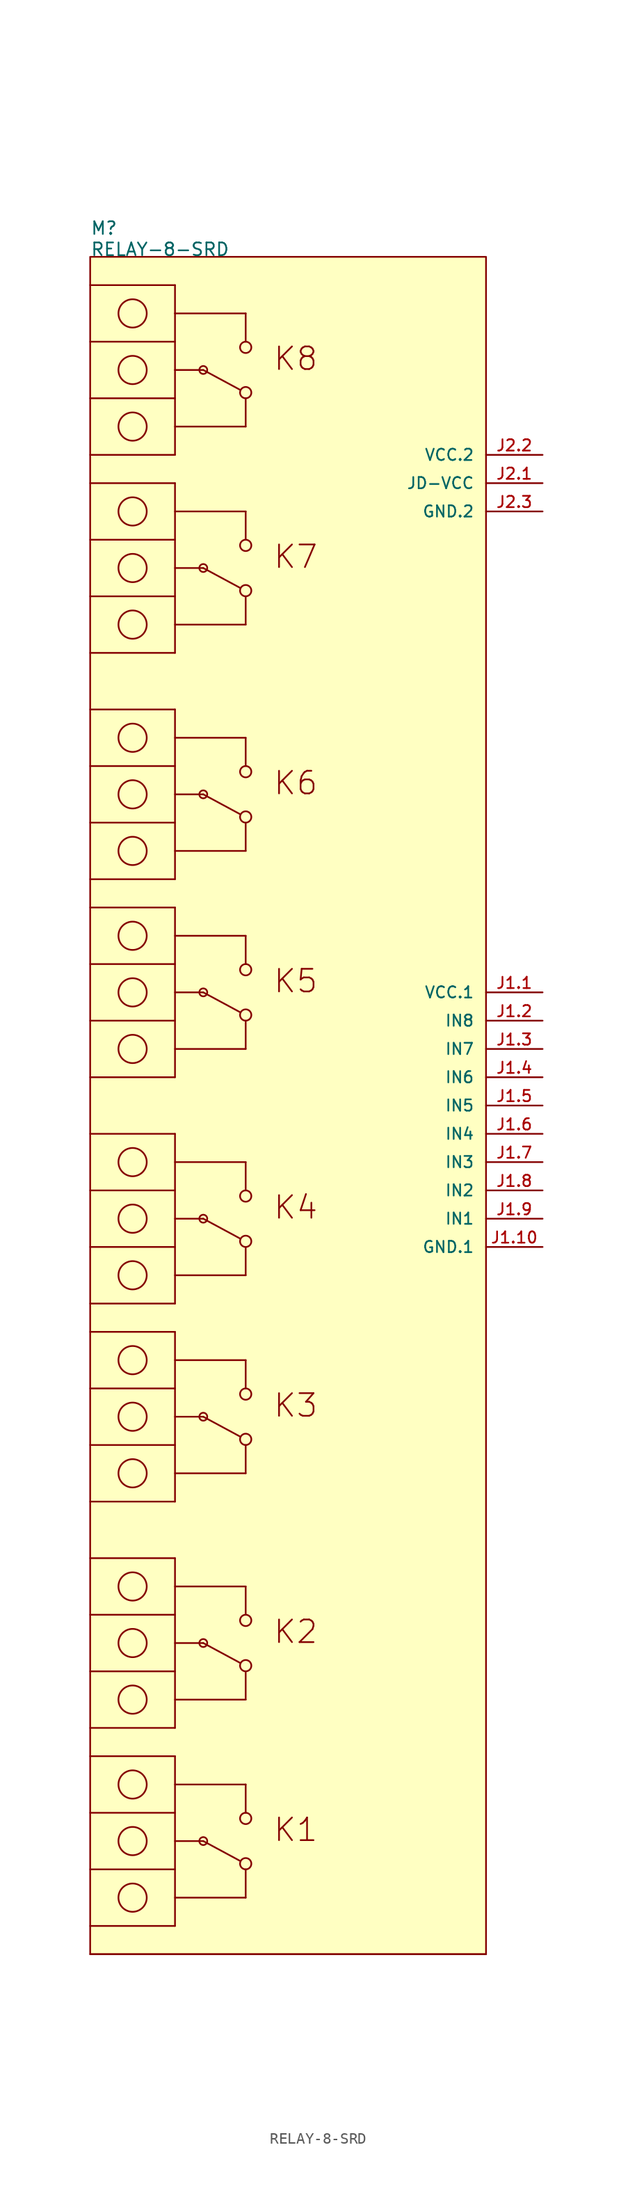
<source format=kicad_sym>
(kicad_symbol_lib
  (version 20231120)
  (generator "kicad_symbol_editor")
  (generator_version "8.0")
  (symbol "RELAY-8-SRD"
    (pin_names
      (offset 1.016))
    (property "Reference" "M"
      (at -17.78 78.105 0)
      (effects (font (size 1.143 1.143)) (justify left bottom)))
    (property "Value" "RELAY-8-SRD"
      (at -17.78 76.2 0)
      (effects (font (size 1.143 1.143)) (justify left bottom)))
    (property "ki_locked" ""
      (at 0 0 0)
      (effects (font (size 1.27 1.27))))
    (symbol "RELAY-8-SRD_1_0"
      (polyline (pts (xy -17.78 -73.66) (xy -10.16 -73.66)) (stroke (width 0) (type default)) (fill (type none)))
      (polyline (pts (xy -17.78 -55.88) (xy -10.16 -55.88)) (stroke (width 0) (type default)) (fill (type none)))
      (polyline (pts (xy -17.78 -35.56) (xy -10.16 -35.56)) (stroke (width 0) (type default)) (fill (type none)))
      (polyline (pts (xy -17.78 -17.78) (xy -10.16 -17.78)) (stroke (width 0) (type default)) (fill (type none)))
      (polyline (pts (xy -17.78 2.54) (xy -10.16 2.54)) (stroke (width 0) (type default)) (fill (type none)))
      (polyline (pts (xy -17.78 20.32) (xy -10.16 20.32)) (stroke (width 0) (type default)) (fill (type none)))
      (polyline (pts (xy -17.78 40.64) (xy -10.16 40.64)) (stroke (width 0) (type default)) (fill (type none)))
      (polyline (pts (xy -17.78 63.5) (xy -10.16 63.5)) (stroke (width 0) (type default)) (fill (type none)))
      (polyline (pts (xy -17.78 68.58) (xy -10.16 68.58)) (stroke (width 0) (type default)) (fill (type none)))
      (polyline (pts (xy -17.78 73.66) (xy -10.16 73.66)) (stroke (width 0) (type default)) (fill (type none)))
      (polyline (pts (xy -10.16 -73.66) (xy -10.16 -68.58)) (stroke (width 0) (type default)) (fill (type none)))
      (polyline (pts (xy -10.16 -71.12) (xy -3.81 -71.12)) (stroke (width 0) (type default)) (fill (type none)))
      (polyline (pts (xy -10.16 -68.58) (xy -17.78 -68.58)) (stroke (width 0) (type default)) (fill (type none)))
      (polyline (pts (xy -10.16 -68.58) (xy -10.16 -63.5)) (stroke (width 0) (type default)) (fill (type none)))
      (polyline (pts (xy -10.16 -66.04) (xy -7.62 -66.04)) (stroke (width 0) (type default)) (fill (type none)))
      (polyline (pts (xy -10.16 -63.5) (xy -17.78 -63.5)) (stroke (width 0) (type default)) (fill (type none)))
      (polyline (pts (xy -10.16 -63.5) (xy -10.16 -58.42)) (stroke (width 0) (type default)) (fill (type none)))
      (polyline (pts (xy -10.16 -60.96) (xy -3.81 -60.96)) (stroke (width 0) (type default)) (fill (type none)))
      (polyline (pts (xy -10.16 -58.42) (xy -17.78 -58.42)) (stroke (width 0) (type default)) (fill (type none)))
      (polyline (pts (xy -10.16 -55.88) (xy -10.16 -50.8)) (stroke (width 0) (type default)) (fill (type none)))
      (polyline (pts (xy -10.16 -53.34) (xy -3.81 -53.34)) (stroke (width 0) (type default)) (fill (type none)))
      (polyline (pts (xy -10.16 -50.8) (xy -17.78 -50.8)) (stroke (width 0) (type default)) (fill (type none)))
      (polyline (pts (xy -10.16 -50.8) (xy -10.16 -45.72)) (stroke (width 0) (type default)) (fill (type none)))
      (polyline (pts (xy -10.16 -48.26) (xy -7.62 -48.26)) (stroke (width 0) (type default)) (fill (type none)))
      (polyline (pts (xy -10.16 -45.72) (xy -17.78 -45.72)) (stroke (width 0) (type default)) (fill (type none)))
      (polyline (pts (xy -10.16 -45.72) (xy -10.16 -40.64)) (stroke (width 0) (type default)) (fill (type none)))
      (polyline (pts (xy -10.16 -43.18) (xy -3.81 -43.18)) (stroke (width 0) (type default)) (fill (type none)))
      (polyline (pts (xy -10.16 -40.64) (xy -17.78 -40.64)) (stroke (width 0) (type default)) (fill (type none)))
      (polyline (pts (xy -10.16 -35.56) (xy -10.16 -30.48)) (stroke (width 0) (type default)) (fill (type none)))
      (polyline (pts (xy -10.16 -33.02) (xy -3.81 -33.02)) (stroke (width 0) (type default)) (fill (type none)))
      (polyline (pts (xy -10.16 -30.48) (xy -17.78 -30.48)) (stroke (width 0) (type default)) (fill (type none)))
      (polyline (pts (xy -10.16 -30.48) (xy -10.16 -25.4)) (stroke (width 0) (type default)) (fill (type none)))
      (polyline (pts (xy -10.16 -27.94) (xy -7.62 -27.94)) (stroke (width 0) (type default)) (fill (type none)))
      (polyline (pts (xy -10.16 -25.4) (xy -17.78 -25.4)) (stroke (width 0) (type default)) (fill (type none)))
      (polyline (pts (xy -10.16 -25.4) (xy -10.16 -20.32)) (stroke (width 0) (type default)) (fill (type none)))
      (polyline (pts (xy -10.16 -22.86) (xy -3.81 -22.86)) (stroke (width 0) (type default)) (fill (type none)))
      (polyline (pts (xy -10.16 -20.32) (xy -17.78 -20.32)) (stroke (width 0) (type default)) (fill (type none)))
      (polyline (pts (xy -10.16 -17.78) (xy -10.16 -12.7)) (stroke (width 0) (type default)) (fill (type none)))
      (polyline (pts (xy -10.16 -15.24) (xy -3.81 -15.24)) (stroke (width 0) (type default)) (fill (type none)))
      (polyline (pts (xy -10.16 -12.7) (xy -17.78 -12.7)) (stroke (width 0) (type default)) (fill (type none)))
      (polyline (pts (xy -10.16 -12.7) (xy -10.16 -7.62)) (stroke (width 0) (type default)) (fill (type none)))
      (polyline (pts (xy -10.16 -10.16) (xy -7.62 -10.16)) (stroke (width 0) (type default)) (fill (type none)))
      (polyline (pts (xy -10.16 -7.62) (xy -17.78 -7.62)) (stroke (width 0) (type default)) (fill (type none)))
      (polyline (pts (xy -10.16 -7.62) (xy -10.16 -2.54)) (stroke (width 0) (type default)) (fill (type none)))
      (polyline (pts (xy -10.16 -5.08) (xy -3.81 -5.08)) (stroke (width 0) (type default)) (fill (type none)))
      (polyline (pts (xy -10.16 -2.54) (xy -17.78 -2.54)) (stroke (width 0) (type default)) (fill (type none)))
      (polyline (pts (xy -10.16 2.54) (xy -10.16 7.62)) (stroke (width 0) (type default)) (fill (type none)))
      (polyline (pts (xy -10.16 5.08) (xy -3.81 5.08)) (stroke (width 0) (type default)) (fill (type none)))
      (polyline (pts (xy -10.16 7.62) (xy -17.78 7.62)) (stroke (width 0) (type default)) (fill (type none)))
      (polyline (pts (xy -10.16 7.62) (xy -10.16 12.7)) (stroke (width 0) (type default)) (fill (type none)))
      (polyline (pts (xy -10.16 10.16) (xy -7.62 10.16)) (stroke (width 0) (type default)) (fill (type none)))
      (polyline (pts (xy -10.16 12.7) (xy -17.78 12.7)) (stroke (width 0) (type default)) (fill (type none)))
      (polyline (pts (xy -10.16 12.7) (xy -10.16 17.78)) (stroke (width 0) (type default)) (fill (type none)))
      (polyline (pts (xy -10.16 15.24) (xy -3.81 15.24)) (stroke (width 0) (type default)) (fill (type none)))
      (polyline (pts (xy -10.16 17.78) (xy -17.78 17.78)) (stroke (width 0) (type default)) (fill (type none)))
      (polyline (pts (xy -10.16 20.32) (xy -10.16 25.4)) (stroke (width 0) (type default)) (fill (type none)))
      (polyline (pts (xy -10.16 22.86) (xy -3.81 22.86)) (stroke (width 0) (type default)) (fill (type none)))
      (polyline (pts (xy -10.16 25.4) (xy -17.78 25.4)) (stroke (width 0) (type default)) (fill (type none)))
      (polyline (pts (xy -10.16 25.4) (xy -10.16 30.48)) (stroke (width 0) (type default)) (fill (type none)))
      (polyline (pts (xy -10.16 27.94) (xy -7.62 27.94)) (stroke (width 0) (type default)) (fill (type none)))
      (polyline (pts (xy -10.16 30.48) (xy -17.78 30.48)) (stroke (width 0) (type default)) (fill (type none)))
      (polyline (pts (xy -10.16 30.48) (xy -10.16 35.56)) (stroke (width 0) (type default)) (fill (type none)))
      (polyline (pts (xy -10.16 33.02) (xy -3.81 33.02)) (stroke (width 0) (type default)) (fill (type none)))
      (polyline (pts (xy -10.16 35.56) (xy -17.78 35.56)) (stroke (width 0) (type default)) (fill (type none)))
      (polyline (pts (xy -10.16 40.64) (xy -10.16 45.72)) (stroke (width 0) (type default)) (fill (type none)))
      (polyline (pts (xy -10.16 43.18) (xy -3.81 43.18)) (stroke (width 0) (type default)) (fill (type none)))
      (polyline (pts (xy -10.16 45.72) (xy -17.78 45.72)) (stroke (width 0) (type default)) (fill (type none)))
      (polyline (pts (xy -10.16 45.72) (xy -10.16 50.8)) (stroke (width 0) (type default)) (fill (type none)))
      (polyline (pts (xy -10.16 48.26) (xy -7.62 48.26)) (stroke (width 0) (type default)) (fill (type none)))
      (polyline (pts (xy -10.16 50.8) (xy -17.78 50.8)) (stroke (width 0) (type default)) (fill (type none)))
      (polyline (pts (xy -10.16 50.8) (xy -10.16 55.88)) (stroke (width 0) (type default)) (fill (type none)))
      (polyline (pts (xy -10.16 53.34) (xy -3.81 53.34)) (stroke (width 0) (type default)) (fill (type none)))
      (polyline (pts (xy -10.16 55.88) (xy -17.78 55.88)) (stroke (width 0) (type default)) (fill (type none)))
      (polyline (pts (xy -10.16 58.42) (xy -17.78 58.42)) (stroke (width 0) (type default)) (fill (type none)))
      (polyline (pts (xy -10.16 60.96) (xy -3.81 60.96)) (stroke (width 0) (type default)) (fill (type none)))
      (polyline (pts (xy -10.16 63.5) (xy -10.16 58.42)) (stroke (width 0) (type default)) (fill (type none)))
      (polyline (pts (xy -10.16 66.04) (xy -10.16 63.5)) (stroke (width 0) (type default)) (fill (type none)))
      (polyline (pts (xy -10.16 66.04) (xy -7.62 66.04)) (stroke (width 0) (type default)) (fill (type none)))
      (polyline (pts (xy -10.16 68.58) (xy -10.16 66.04)) (stroke (width 0) (type default)) (fill (type none)))
      (polyline (pts (xy -10.16 71.12) (xy -10.16 68.58)) (stroke (width 0) (type default)) (fill (type none)))
      (polyline (pts (xy -10.16 71.12) (xy -3.81 71.12)) (stroke (width 0) (type default)) (fill (type none)))
      (polyline (pts (xy -10.16 73.66) (xy -10.16 71.12)) (stroke (width 0) (type default)) (fill (type none)))
      (polyline (pts (xy -7.62 -66.04) (xy -4.318 -67.818)) (stroke (width 0) (type default)) (fill (type none)))
      (polyline (pts (xy -7.62 -48.26) (xy -4.318 -50.038)) (stroke (width 0) (type default)) (fill (type none)))
      (polyline (pts (xy -7.62 -27.94) (xy -4.318 -29.718)) (stroke (width 0) (type default)) (fill (type none)))
      (polyline (pts (xy -7.62 -10.16) (xy -4.318 -11.938)) (stroke (width 0) (type default)) (fill (type none)))
      (polyline (pts (xy -7.62 10.16) (xy -4.318 8.382)) (stroke (width 0) (type default)) (fill (type none)))
      (polyline (pts (xy -7.62 27.94) (xy -4.318 26.162)) (stroke (width 0) (type default)) (fill (type none)))
      (polyline (pts (xy -7.62 48.26) (xy -4.318 46.482)) (stroke (width 0) (type default)) (fill (type none)))
      (polyline (pts (xy -7.62 66.04) (xy -4.318 64.262)) (stroke (width 0) (type default)) (fill (type none)))
      (polyline (pts (xy -3.81 -71.12) (xy -3.81 -68.58)) (stroke (width 0) (type default)) (fill (type none)))
      (polyline (pts (xy -3.81 -60.96) (xy -3.81 -63.5)) (stroke (width 0) (type default)) (fill (type none)))
      (polyline (pts (xy -3.81 -53.34) (xy -3.81 -50.8)) (stroke (width 0) (type default)) (fill (type none)))
      (polyline (pts (xy -3.81 -43.18) (xy -3.81 -45.72)) (stroke (width 0) (type default)) (fill (type none)))
      (polyline (pts (xy -3.81 -33.02) (xy -3.81 -30.48)) (stroke (width 0) (type default)) (fill (type none)))
      (polyline (pts (xy -3.81 -22.86) (xy -3.81 -25.4)) (stroke (width 0) (type default)) (fill (type none)))
      (polyline (pts (xy -3.81 -15.24) (xy -3.81 -12.7)) (stroke (width 0) (type default)) (fill (type none)))
      (polyline (pts (xy -3.81 -5.08) (xy -3.81 -7.62)) (stroke (width 0) (type default)) (fill (type none)))
      (polyline (pts (xy -3.81 5.08) (xy -3.81 7.62)) (stroke (width 0) (type default)) (fill (type none)))
      (polyline (pts (xy -3.81 15.24) (xy -3.81 12.7)) (stroke (width 0) (type default)) (fill (type none)))
      (polyline (pts (xy -3.81 22.86) (xy -3.81 25.4)) (stroke (width 0) (type default)) (fill (type none)))
      (polyline (pts (xy -3.81 33.02) (xy -3.81 30.48)) (stroke (width 0) (type default)) (fill (type none)))
      (polyline (pts (xy -3.81 43.18) (xy -3.81 45.72)) (stroke (width 0) (type default)) (fill (type none)))
      (polyline (pts (xy -3.81 53.34) (xy -3.81 50.8)) (stroke (width 0) (type default)) (fill (type none)))
      (polyline (pts (xy -3.81 60.96) (xy -3.81 63.5)) (stroke (width 0) (type default)) (fill (type none)))
      (polyline (pts (xy -3.81 71.12) (xy -3.81 68.58)) (stroke (width 0) (type default)) (fill (type none)))
      (polyline (pts (xy 17.78 -76.2) (xy -17.78 -76.2)) (stroke (width 0) (type default)) (fill (type none)))
      (text "K1" (at 0.686 -65.024 0) (effects (font (size 2.032 2.032))))
      (text "K2" (at 0.686 -47.244 0) (effects (font (size 2.032 2.032))))
      (text "K3" (at 0.686 -26.924 0) (effects (font (size 2.032 2.032))))
      (text "K4" (at 0.686 -9.144 0) (effects (font (size 2.032 2.032))))
      (text "K5" (at 0.686 11.176 0) (effects (font (size 2.032 2.032))))
      (text "K6" (at 0.686 28.956 0) (effects (font (size 2.032 2.032))))
      (text "K7" (at 0.686 49.276 0) (effects (font (size 2.032 2.032))))
      (text "K8" (at 0.686 67.056 0) (effects (font (size 2.032 2.032)))))
    (symbol "RELAY-8-SRD_1_1"
      (rectangle (start -17.78 76.2) (end 17.78 -76.2) (stroke (width 0) (type default)) (fill (type background)))
      (circle (center -13.97 -71.12) (radius 1.27) (stroke (width 0) (type default)) (fill (type none)))
      (circle (center -13.97 -66.04) (radius 1.27) (stroke (width 0) (type default)) (fill (type none)))
      (circle (center -13.97 -60.96) (radius 1.27) (stroke (width 0) (type default)) (fill (type none)))
      (circle (center -13.97 -53.34) (radius 1.27) (stroke (width 0) (type default)) (fill (type none)))
      (circle (center -13.97 -48.26) (radius 1.27) (stroke (width 0) (type default)) (fill (type none)))
      (circle (center -13.97 -43.18) (radius 1.27) (stroke (width 0) (type default)) (fill (type none)))
      (circle (center -13.97 -33.02) (radius 1.27) (stroke (width 0) (type default)) (fill (type none)))
      (circle (center -13.97 -27.94) (radius 1.27) (stroke (width 0) (type default)) (fill (type none)))
      (circle (center -13.97 -22.86) (radius 1.27) (stroke (width 0) (type default)) (fill (type none)))
      (circle (center -13.97 -15.24) (radius 1.27) (stroke (width 0) (type default)) (fill (type none)))
      (circle (center -13.97 -10.16) (radius 1.27) (stroke (width 0) (type default)) (fill (type none)))
      (circle (center -13.97 -5.08) (radius 1.27) (stroke (width 0) (type default)) (fill (type none)))
      (circle (center -13.97 5.08) (radius 1.27) (stroke (width 0) (type default)) (fill (type none)))
      (circle (center -13.97 10.16) (radius 1.27) (stroke (width 0) (type default)) (fill (type none)))
      (circle (center -13.97 15.24) (radius 1.27) (stroke (width 0) (type default)) (fill (type none)))
      (circle (center -13.97 22.86) (radius 1.27) (stroke (width 0) (type default)) (fill (type none)))
      (circle (center -13.97 27.94) (radius 1.27) (stroke (width 0) (type default)) (fill (type none)))
      (circle (center -13.97 33.02) (radius 1.27) (stroke (width 0) (type default)) (fill (type none)))
      (circle (center -13.97 43.18) (radius 1.27) (stroke (width 0) (type default)) (fill (type none)))
      (circle (center -13.97 48.26) (radius 1.27) (stroke (width 0) (type default)) (fill (type none)))
      (circle (center -13.97 53.34) (radius 1.27) (stroke (width 0) (type default)) (fill (type none)))
      (circle (center -13.97 60.96) (radius 1.27) (stroke (width 0) (type default)) (fill (type none)))
      (circle (center -13.97 66.04) (radius 1.27) (stroke (width 0) (type default)) (fill (type none)))
      (circle (center -13.97 71.12) (radius 1.27) (stroke (width 0) (type default)) (fill (type none)))
      (circle (center -7.62 -66.04) (radius 0.356) (stroke (width 0) (type default)) (fill (type none)))
      (circle (center -7.62 -48.26) (radius 0.356) (stroke (width 0) (type default)) (fill (type none)))
      (circle (center -7.62 -27.94) (radius 0.356) (stroke (width 0) (type default)) (fill (type none)))
      (circle (center -7.62 -10.16) (radius 0.356) (stroke (width 0) (type default)) (fill (type none)))
      (circle (center -7.62 10.16) (radius 0.356) (stroke (width 0) (type default)) (fill (type none)))
      (circle (center -7.62 27.94) (radius 0.356) (stroke (width 0) (type default)) (fill (type none)))
      (circle (center -7.62 48.26) (radius 0.356) (stroke (width 0) (type default)) (fill (type none)))
      (circle (center -7.62 66.04) (radius 0.356) (stroke (width 0) (type default)) (fill (type none)))
      (circle (center -3.81 -68.072) (radius 0.508) (stroke (width 0) (type default)) (fill (type none)))
      (circle (center -3.81 -64.008) (radius 0.508) (stroke (width 0) (type default)) (fill (type none)))
      (circle (center -3.81 -50.292) (radius 0.508) (stroke (width 0) (type default)) (fill (type none)))
      (circle (center -3.81 -46.228) (radius 0.508) (stroke (width 0) (type default)) (fill (type none)))
      (circle (center -3.81 -29.972) (radius 0.508) (stroke (width 0) (type default)) (fill (type none)))
      (circle (center -3.81 -25.908) (radius 0.508) (stroke (width 0) (type default)) (fill (type none)))
      (circle (center -3.81 -12.192) (radius 0.508) (stroke (width 0) (type default)) (fill (type none)))
      (circle (center -3.81 -8.128) (radius 0.508) (stroke (width 0) (type default)) (fill (type none)))
      (circle (center -3.81 8.128) (radius 0.508) (stroke (width 0) (type default)) (fill (type none)))
      (circle (center -3.81 12.192) (radius 0.508) (stroke (width 0) (type default)) (fill (type none)))
      (circle (center -3.81 25.908) (radius 0.508) (stroke (width 0) (type default)) (fill (type none)))
      (circle (center -3.81 29.972) (radius 0.508) (stroke (width 0) (type default)) (fill (type none)))
      (circle (center -3.81 46.228) (radius 0.508) (stroke (width 0) (type default)) (fill (type none)))
      (circle (center -3.81 50.292) (radius 0.508) (stroke (width 0) (type default)) (fill (type none)))
      (circle (center -3.81 64.008) (radius 0.508) (stroke (width 0) (type default)) (fill (type none)))
      (circle (center -3.81 68.072) (radius 0.508) (stroke (width 0) (type default)) (fill (type none)))
      (pin power_in line (at 22.86 10.16 180) (length 5.08) (name "VCC.1" (effects (font (size 1.016 1.016)))) (number "J1.1" (effects (font (size 1.016 1.016)))))
      (pin power_in line (at 22.86 -12.7 180) (length 5.08) (name "GND.1" (effects (font (size 1.016 1.016)))) (number "J1.10" (effects (font (size 1.016 1.016)))))
      (pin bidirectional line (at 22.86 7.62 180) (length 5.08) (name "IN8" (effects (font (size 1.016 1.016)))) (number "J1.2" (effects (font (size 1.016 1.016)))))
      (pin bidirectional line (at 22.86 5.08 180) (length 5.08) (name "IN7" (effects (font (size 1.016 1.016)))) (number "J1.3" (effects (font (size 1.016 1.016)))))
      (pin bidirectional line (at 22.86 2.54 180) (length 5.08) (name "IN6" (effects (font (size 1.016 1.016)))) (number "J1.4" (effects (font (size 1.016 1.016)))))
      (pin bidirectional line (at 22.86 0 180) (length 5.08) (name "IN5" (effects (font (size 1.016 1.016)))) (number "J1.5" (effects (font (size 1.016 1.016)))))
      (pin bidirectional line (at 22.86 -2.54 180) (length 5.08) (name "IN4" (effects (font (size 1.016 1.016)))) (number "J1.6" (effects (font (size 1.016 1.016)))))
      (pin bidirectional line (at 22.86 -5.08 180) (length 5.08) (name "IN3" (effects (font (size 1.016 1.016)))) (number "J1.7" (effects (font (size 1.016 1.016)))))
      (pin bidirectional line (at 22.86 -7.62 180) (length 5.08) (name "IN2" (effects (font (size 1.016 1.016)))) (number "J1.8" (effects (font (size 1.016 1.016)))))
      (pin bidirectional line (at 22.86 -10.16 180) (length 5.08) (name "IN1" (effects (font (size 1.016 1.016)))) (number "J1.9" (effects (font (size 1.016 1.016)))))
      (pin bidirectional line (at 22.86 55.88 180) (length 5.08) (name "JD-VCC" (effects (font (size 1.016 1.016)))) (number "J2.1" (effects (font (size 1.016 1.016)))))
      (pin power_in line (at 22.86 58.42 180) (length 5.08) (name "VCC.2" (effects (font (size 1.016 1.016)))) (number "J2.2" (effects (font (size 1.016 1.016)))))
      (pin power_in line (at 22.86 53.34 180) (length 5.08) (name "GND.2" (effects (font (size 1.016 1.016)))) (number "J2.3" (effects (font (size 1.016 1.016))))))))
</source>
